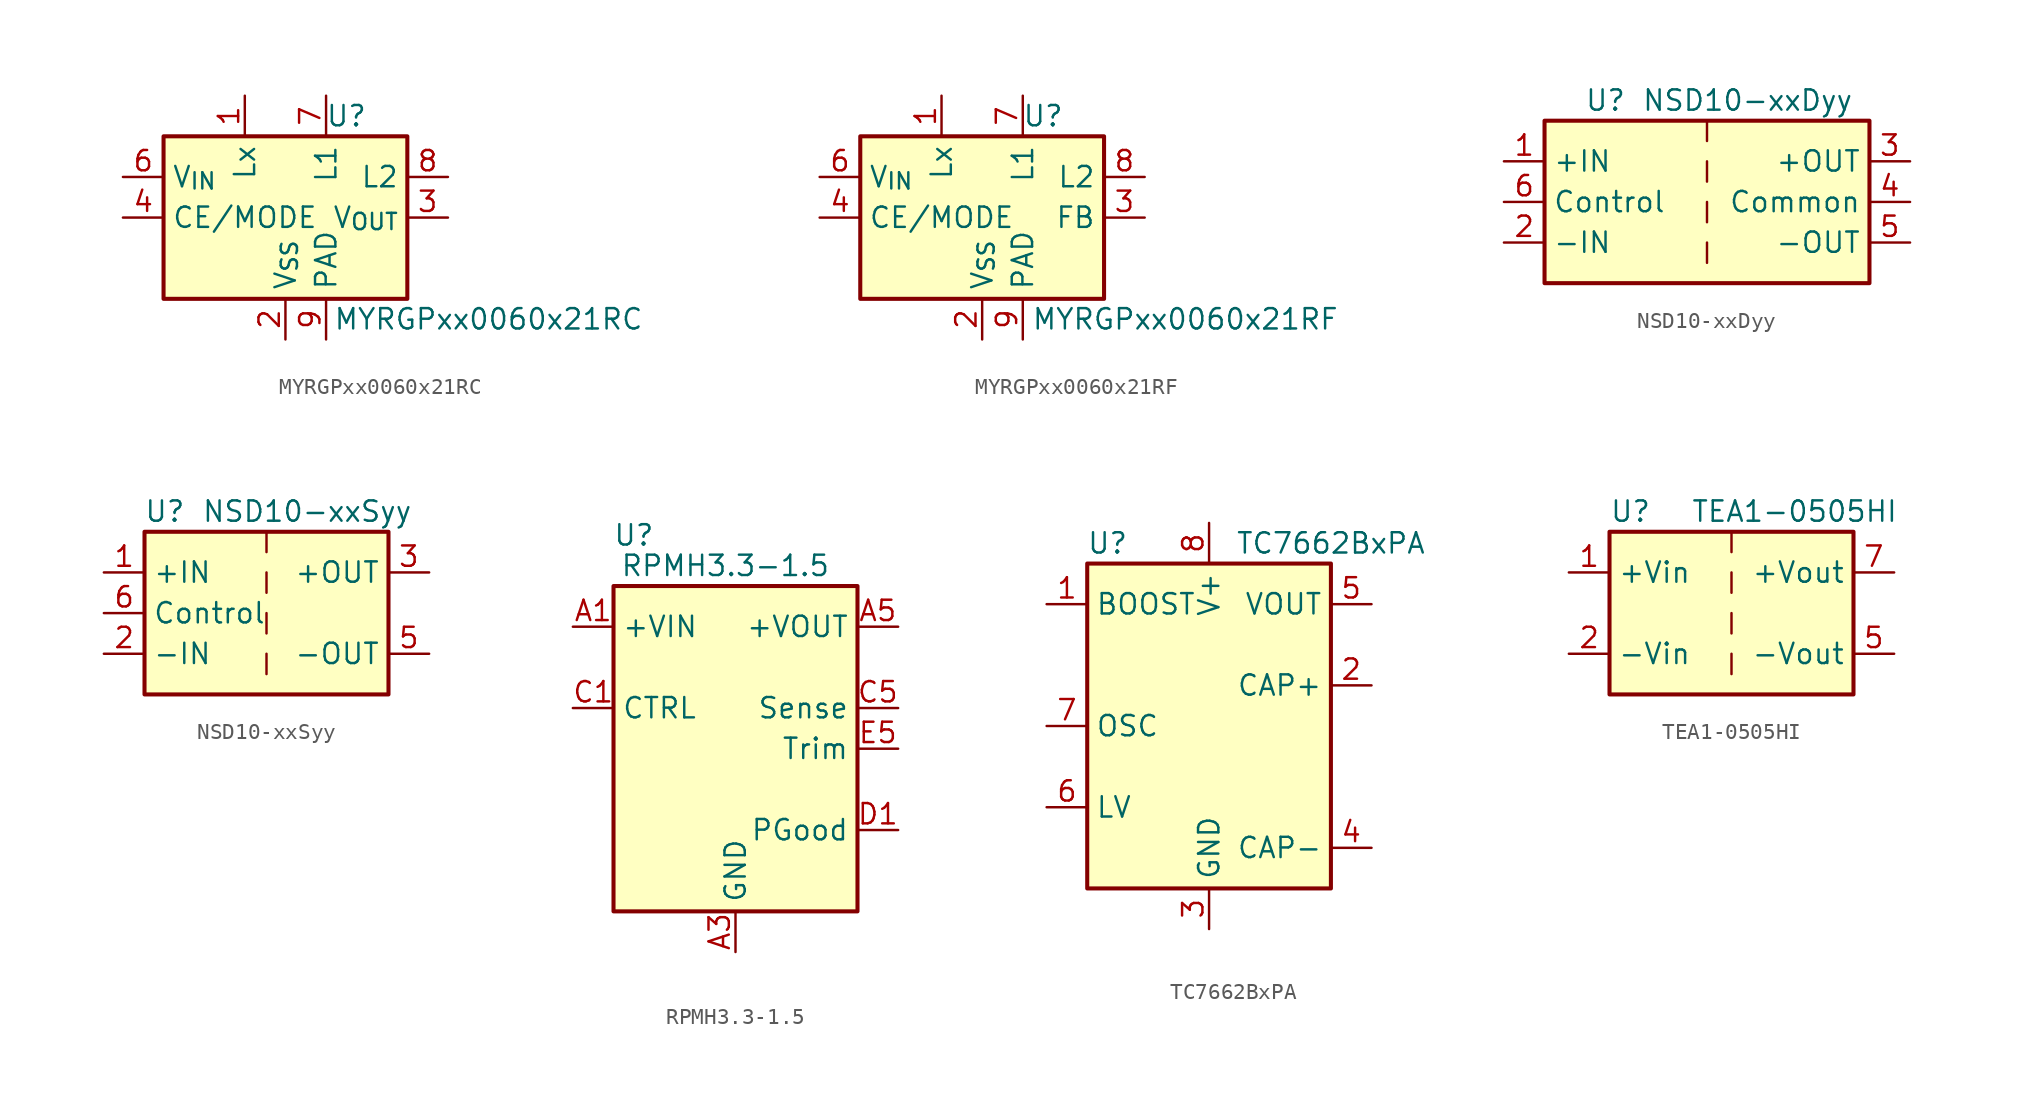
<source format=kicad_sym>
(kicad_symbol_lib
  (version 20231120)
  (generator "kicad_symbol_editor")
  (generator_version "8.0")
  (symbol "MYRGPxx0060x21RC"
    (property "Reference" "U"
      (at 3.81 6.35 0)
      (effects (font (size 1.27 1.27))))
    (property "Value" "MYRGPxx0060x21RC"
      (at 12.7 -6.35 0)
      (effects (font (size 1.27 1.27))))
    (symbol "MYRGPxx0060x21RC_1_1"
      (rectangle (start -7.62 5.08) (end 7.62 -5.08) (stroke (width 0.254) (type default)) (fill (type background)))
      (pin passive line (at -2.54 7.62 270) (length 2.54) (name "Lx" (effects (font (size 1.27 1.27)))) (number "1" (effects (font (size 1.27 1.27)))))
      (pin power_in line (at 0 -7.62 90) (length 2.54) (name "V_{SS}" (effects (font (size 1.27 1.27)))) (number "2" (effects (font (size 1.27 1.27)))))
      (pin power_out line (at 10.16 0 180) (length 2.54) (name "V_{OUT}" (effects (font (size 1.27 1.27)))) (number "3" (effects (font (size 1.27 1.27)))))
      (pin input line (at -10.16 0 0) (length 2.54) (name "CE/MODE" (effects (font (size 1.27 1.27)))) (number "4" (effects (font (size 1.27 1.27)))))
      (pin passive line (at 0 -7.62 90) (length 2.54) hide (name "V_{SS}" (effects (font (size 1.27 1.27)))) (number "5" (effects (font (size 1.27 1.27)))))
      (pin power_in line (at -10.16 2.54 0) (length 2.54) (name "V_{IN}" (effects (font (size 1.27 1.27)))) (number "6" (effects (font (size 1.27 1.27)))))
      (pin passive line (at 2.54 7.62 270) (length 2.54) (name "L1" (effects (font (size 1.27 1.27)))) (number "7" (effects (font (size 1.27 1.27)))))
      (pin passive line (at 10.16 2.54 180) (length 2.54) (name "L2" (effects (font (size 1.27 1.27)))) (number "8" (effects (font (size 1.27 1.27)))))
      (pin passive line (at 2.54 -7.62 90) (length 2.54) (name "PAD" (effects (font (size 1.27 1.27)))) (number "9" (effects (font (size 1.27 1.27)))))))
  (symbol "MYRGPxx0060x21RF"
    (property "Reference" "U"
      (at 3.81 6.35 0)
      (effects (font (size 1.27 1.27))))
    (property "Value" "MYRGPxx0060x21RF"
      (at 12.7 -6.35 0)
      (effects (font (size 1.27 1.27))))
    (symbol "MYRGPxx0060x21RF_1_1"
      (rectangle (start -7.62 5.08) (end 7.62 -5.08) (stroke (width 0.254) (type default)) (fill (type background)))
      (pin passive line (at -2.54 7.62 270) (length 2.54) (name "Lx" (effects (font (size 1.27 1.27)))) (number "1" (effects (font (size 1.27 1.27)))))
      (pin power_in line (at 0 -7.62 90) (length 2.54) (name "V_{SS}" (effects (font (size 1.27 1.27)))) (number "2" (effects (font (size 1.27 1.27)))))
      (pin input line (at 10.16 0 180) (length 2.54) (name "FB" (effects (font (size 1.27 1.27)))) (number "3" (effects (font (size 1.27 1.27)))))
      (pin input line (at -10.16 0 0) (length 2.54) (name "CE/MODE" (effects (font (size 1.27 1.27)))) (number "4" (effects (font (size 1.27 1.27)))))
      (pin passive line (at 0 -7.62 90) (length 2.54) hide (name "V_{SS}" (effects (font (size 1.27 1.27)))) (number "5" (effects (font (size 1.27 1.27)))))
      (pin power_in line (at -10.16 2.54 0) (length 2.54) (name "V_{IN}" (effects (font (size 1.27 1.27)))) (number "6" (effects (font (size 1.27 1.27)))))
      (pin passive line (at 2.54 7.62 270) (length 2.54) (name "L1" (effects (font (size 1.27 1.27)))) (number "7" (effects (font (size 1.27 1.27)))))
      (pin passive line (at 10.16 2.54 180) (length 2.54) (name "L2" (effects (font (size 1.27 1.27)))) (number "8" (effects (font (size 1.27 1.27)))))
      (pin passive line (at 2.54 -7.62 90) (length 2.54) (name "PAD" (effects (font (size 1.27 1.27)))) (number "9" (effects (font (size 1.27 1.27)))))))
  (symbol "NSD10-xxDyy"
    (property "Reference" "U"
      (at -6.35 6.35 0)
      (effects (font (size 1.27 1.27))))
    (property "Value" "NSD10-xxDyy"
      (at 2.54 6.35 0)
      (effects (font (size 1.27 1.27))))
    (symbol "NSD10-xxDyy_0_1"
      (rectangle (start -10.16 5.08) (end 10.16 -5.08) (stroke (width 0.254) (type default)) (fill (type background)))
      (polyline (pts (xy 0 -2.54) (xy 0 -3.81)) (stroke (width 0) (type default)) (fill (type none)))
      (polyline (pts (xy 0 0) (xy 0 -1.27)) (stroke (width 0) (type default)) (fill (type none)))
      (polyline (pts (xy 0 2.54) (xy 0 1.27)) (stroke (width 0) (type default)) (fill (type none)))
      (polyline (pts (xy 0 5.08) (xy 0 3.81)) (stroke (width 0) (type default)) (fill (type none))))
    (symbol "NSD10-xxDyy_1_0"
      (pin power_in line (at -12.7 2.54 0) (length 2.54) (name "+IN" (effects (font (size 1.27 1.27)))) (number "1" (effects (font (size 1.27 1.27)))))
      (pin power_in line (at -12.7 -2.54 0) (length 2.54) (name "-IN" (effects (font (size 1.27 1.27)))) (number "2" (effects (font (size 1.27 1.27)))))
      (pin power_out line (at 12.7 2.54 180) (length 2.54) (name "+OUT" (effects (font (size 1.27 1.27)))) (number "3" (effects (font (size 1.27 1.27)))))
      (pin power_out line (at 12.7 0 180) (length 2.54) (name "Common" (effects (font (size 1.27 1.27)))) (number "4" (effects (font (size 1.27 1.27)))))
      (pin power_out line (at 12.7 -2.54 180) (length 2.54) (name "-OUT" (effects (font (size 1.27 1.27)))) (number "5" (effects (font (size 1.27 1.27)))))
      (pin input line (at -12.7 0 0) (length 2.54) (name "Control" (effects (font (size 1.27 1.27)))) (number "6" (effects (font (size 1.27 1.27)))))))
  (symbol "NSD10-xxSyy"
    (property "Reference" "U"
      (at -6.35 6.35 0)
      (effects (font (size 1.27 1.27))))
    (property "Value" "NSD10-xxSyy"
      (at 2.54 6.35 0)
      (effects (font (size 1.27 1.27))))
    (symbol "NSD10-xxSyy_0_1"
      (rectangle (start -7.62 5.08) (end 7.62 -5.08) (stroke (width 0.254) (type default)) (fill (type background)))
      (polyline (pts (xy 0 -2.54) (xy 0 -3.81)) (stroke (width 0) (type default)) (fill (type none)))
      (polyline (pts (xy 0 0) (xy 0 -1.27)) (stroke (width 0) (type default)) (fill (type none)))
      (polyline (pts (xy 0 2.54) (xy 0 1.27)) (stroke (width 0) (type default)) (fill (type none)))
      (polyline (pts (xy 0 5.08) (xy 0 3.81)) (stroke (width 0) (type default)) (fill (type none))))
    (symbol "NSD10-xxSyy_1_0"
      (pin power_in line (at -10.16 2.54 0) (length 2.54) (name "+IN" (effects (font (size 1.27 1.27)))) (number "1" (effects (font (size 1.27 1.27)))))
      (pin power_in line (at -10.16 -2.54 0) (length 2.54) (name "-IN" (effects (font (size 1.27 1.27)))) (number "2" (effects (font (size 1.27 1.27)))))
      (pin power_out line (at 10.16 2.54 180) (length 2.54) (name "+OUT" (effects (font (size 1.27 1.27)))) (number "3" (effects (font (size 1.27 1.27)))))
      (pin no_connect line (at 0 5.08 270) (length 2.54) hide (name "NC" (effects (font (size 1.27 1.27)))) (number "4" (effects (font (size 1.27 1.27)))))
      (pin power_out line (at 10.16 -2.54 180) (length 2.54) (name "-OUT" (effects (font (size 1.27 1.27)))) (number "5" (effects (font (size 1.27 1.27)))))
      (pin input line (at -10.16 0 0) (length 2.54) (name "Control" (effects (font (size 1.27 1.27)))) (number "6" (effects (font (size 1.27 1.27)))))))
  (symbol "RPMH3.3-1.5"
    (property "Reference" "U"
      (at -6.35 13.335 0)
      (effects (font (size 1.27 1.27))))
    (property "Value" "RPMH3.3-1.5"
      (at -0.635 11.43 0)
      (effects (font (size 1.27 1.27))))
    (symbol "RPMH3.3-1.5_0_1"
      (rectangle (start -7.62 10.16) (end 7.62 -10.16) (stroke (width 0.254) (type default)) (fill (type background))))
    (symbol "RPMH3.3-1.5_1_1"
      (pin power_in line (at -10.16 7.62 0) (length 2.54) (name "+VIN" (effects (font (size 1.27 1.27)))) (number "A1" (effects (font (size 1.27 1.27)))))
      (pin passive line (at -10.16 7.62 0) (length 2.54) hide (name "+VIN" (effects (font (size 1.27 1.27)))) (number "A2" (effects (font (size 1.27 1.27)))))
      (pin power_in line (at 0 -12.7 90) (length 2.54) (name "GND" (effects (font (size 1.27 1.27)))) (number "A3" (effects (font (size 1.27 1.27)))))
      (pin passive line (at 0 -12.7 90) (length 2.54) hide (name "GND" (effects (font (size 1.27 1.27)))) (number "A4" (effects (font (size 1.27 1.27)))))
      (pin power_out line (at 10.16 7.62 180) (length 2.54) (name "+VOUT" (effects (font (size 1.27 1.27)))) (number "A5" (effects (font (size 1.27 1.27)))))
      (pin passive line (at 0 -12.7 90) (length 2.54) hide (name "GND" (effects (font (size 1.27 1.27)))) (number "B1" (effects (font (size 1.27 1.27)))))
      (pin passive line (at 0 -12.7 90) (length 2.54) hide (name "GND" (effects (font (size 1.27 1.27)))) (number "B2" (effects (font (size 1.27 1.27)))))
      (pin passive line (at 0 -12.7 90) (length 2.54) hide (name "GND" (effects (font (size 1.27 1.27)))) (number "B3" (effects (font (size 1.27 1.27)))))
      (pin passive line (at 0 -12.7 90) (length 2.54) hide (name "GND" (effects (font (size 1.27 1.27)))) (number "B4" (effects (font (size 1.27 1.27)))))
      (pin passive line (at 10.16 7.62 180) (length 2.54) hide (name "+VOUT" (effects (font (size 1.27 1.27)))) (number "B5" (effects (font (size 1.27 1.27)))))
      (pin input line (at -10.16 2.54 0) (length 2.54) (name "CTRL" (effects (font (size 1.27 1.27)))) (number "C1" (effects (font (size 1.27 1.27)))))
      (pin passive line (at 0 -12.7 90) (length 2.54) hide (name "GND" (effects (font (size 1.27 1.27)))) (number "C2" (effects (font (size 1.27 1.27)))))
      (pin passive line (at 0 -12.7 90) (length 2.54) hide (name "GND" (effects (font (size 1.27 1.27)))) (number "C3" (effects (font (size 1.27 1.27)))))
      (pin passive line (at 0 -12.7 90) (length 2.54) hide (name "GND" (effects (font (size 1.27 1.27)))) (number "C4" (effects (font (size 1.27 1.27)))))
      (pin input line (at 10.16 2.54 180) (length 2.54) (name "Sense" (effects (font (size 1.27 1.27)))) (number "C5" (effects (font (size 1.27 1.27)))))
      (pin output line (at 10.16 -5.08 180) (length 2.54) (name "PGood" (effects (font (size 1.27 1.27)))) (number "D1" (effects (font (size 1.27 1.27)))))
      (pin passive line (at 0 -12.7 90) (length 2.54) hide (name "GND" (effects (font (size 1.27 1.27)))) (number "D2" (effects (font (size 1.27 1.27)))))
      (pin passive line (at 0 -12.7 90) (length 2.54) hide (name "GND" (effects (font (size 1.27 1.27)))) (number "D3" (effects (font (size 1.27 1.27)))))
      (pin passive line (at 0 -12.7 90) (length 2.54) hide (name "GND" (effects (font (size 1.27 1.27)))) (number "D4" (effects (font (size 1.27 1.27)))))
      (pin passive line (at 0 -12.7 90) (length 2.54) hide (name "GND" (effects (font (size 1.27 1.27)))) (number "D5" (effects (font (size 1.27 1.27)))))
      (pin no_connect line (at -7.62 -2.54 0) (length 2.54) hide (name "NC" (effects (font (size 1.27 1.27)))) (number "E1" (effects (font (size 1.27 1.27)))))
      (pin no_connect line (at -7.62 -5.08 0) (length 2.54) hide (name "NC" (effects (font (size 1.27 1.27)))) (number "E2" (effects (font (size 1.27 1.27)))))
      (pin passive line (at 0 -12.7 90) (length 2.54) hide (name "GND" (effects (font (size 1.27 1.27)))) (number "E3" (effects (font (size 1.27 1.27)))))
      (pin passive line (at 0 -12.7 90) (length 2.54) hide (name "GND" (effects (font (size 1.27 1.27)))) (number "E4" (effects (font (size 1.27 1.27)))))
      (pin input line (at 10.16 0 180) (length 2.54) (name "Trim" (effects (font (size 1.27 1.27)))) (number "E5" (effects (font (size 1.27 1.27)))))))
  (symbol "TC7662BxPA"
    (property "Reference" "U"
      (at -6.35 11.43 0)
      (effects (font (size 1.27 1.27))))
    (property "Value" "TC7662BxPA"
      (at 7.62 11.43 0)
      (effects (font (size 1.27 1.27))))
    (symbol "TC7662BxPA_0_1"
      (rectangle (start -7.62 10.16) (end 7.62 -10.16) (stroke (width 0.254) (type default)) (fill (type background))))
    (symbol "TC7662BxPA_1_1"
      (pin input line (at -10.16 7.62 0) (length 2.54) (name "BOOST" (effects (font (size 1.27 1.27)))) (number "1" (effects (font (size 1.27 1.27)))))
      (pin passive line (at 10.16 2.54 180) (length 2.54) (name "CAP+" (effects (font (size 1.27 1.27)))) (number "2" (effects (font (size 1.27 1.27)))))
      (pin power_in line (at 0 -12.7 90) (length 2.54) (name "GND" (effects (font (size 1.27 1.27)))) (number "3" (effects (font (size 1.27 1.27)))))
      (pin passive line (at 10.16 -7.62 180) (length 2.54) (name "CAP-" (effects (font (size 1.27 1.27)))) (number "4" (effects (font (size 1.27 1.27)))))
      (pin power_out line (at 10.16 7.62 180) (length 2.54) (name "VOUT" (effects (font (size 1.27 1.27)))) (number "5" (effects (font (size 1.27 1.27)))))
      (pin input line (at -10.16 -5.08 0) (length 2.54) (name "LV" (effects (font (size 1.27 1.27)))) (number "6" (effects (font (size 1.27 1.27)))))
      (pin passive line (at -10.16 0 0) (length 2.54) (name "OSC" (effects (font (size 1.27 1.27)))) (number "7" (effects (font (size 1.27 1.27)))))
      (pin power_in line (at 0 12.7 270) (length 2.54) (name "V+" (effects (font (size 1.27 1.27)))) (number "8" (effects (font (size 1.27 1.27)))))))
  (symbol "TEA1-0505HI"
    (property "Reference" "U"
      (at -7.62 6.35 0)
      (effects (font (size 1.27 1.27)) (justify left)))
    (property "Value" "TEA1-0505HI"
      (at -2.54 6.35 0)
      (effects (font (size 1.27 1.27)) (justify left)))
    (symbol "TEA1-0505HI_0_1"
      (rectangle (start -7.62 5.08) (end 7.62 -5.08) (stroke (width 0.254) (type default)) (fill (type background)))
      (polyline (pts (xy 0 -2.54) (xy 0 -3.81)) (stroke (width 0) (type default)) (fill (type none)))
      (polyline (pts (xy 0 0) (xy 0 -1.27)) (stroke (width 0) (type default)) (fill (type none)))
      (polyline (pts (xy 0 2.54) (xy 0 1.27)) (stroke (width 0) (type default)) (fill (type none)))
      (polyline (pts (xy 0 5.08) (xy 0 3.81)) (stroke (width 0) (type default)) (fill (type none))))
    (symbol "TEA1-0505HI_1_1"
      (pin power_in line (at -10.16 2.54 0) (length 2.54) (name "+Vin" (effects (font (size 1.27 1.27)))) (number "1" (effects (font (size 1.27 1.27)))))
      (pin power_in line (at -10.16 -2.54 0) (length 2.54) (name "-Vin" (effects (font (size 1.27 1.27)))) (number "2" (effects (font (size 1.27 1.27)))))
      (pin power_out line (at 10.16 -2.54 180) (length 2.54) (name "-Vout" (effects (font (size 1.27 1.27)))) (number "5" (effects (font (size 1.27 1.27)))))
      (pin power_out line (at 10.16 2.54 180) (length 2.54) (name "+Vout" (effects (font (size 1.27 1.27)))) (number "7" (effects (font (size 1.27 1.27))))))))
</source>
